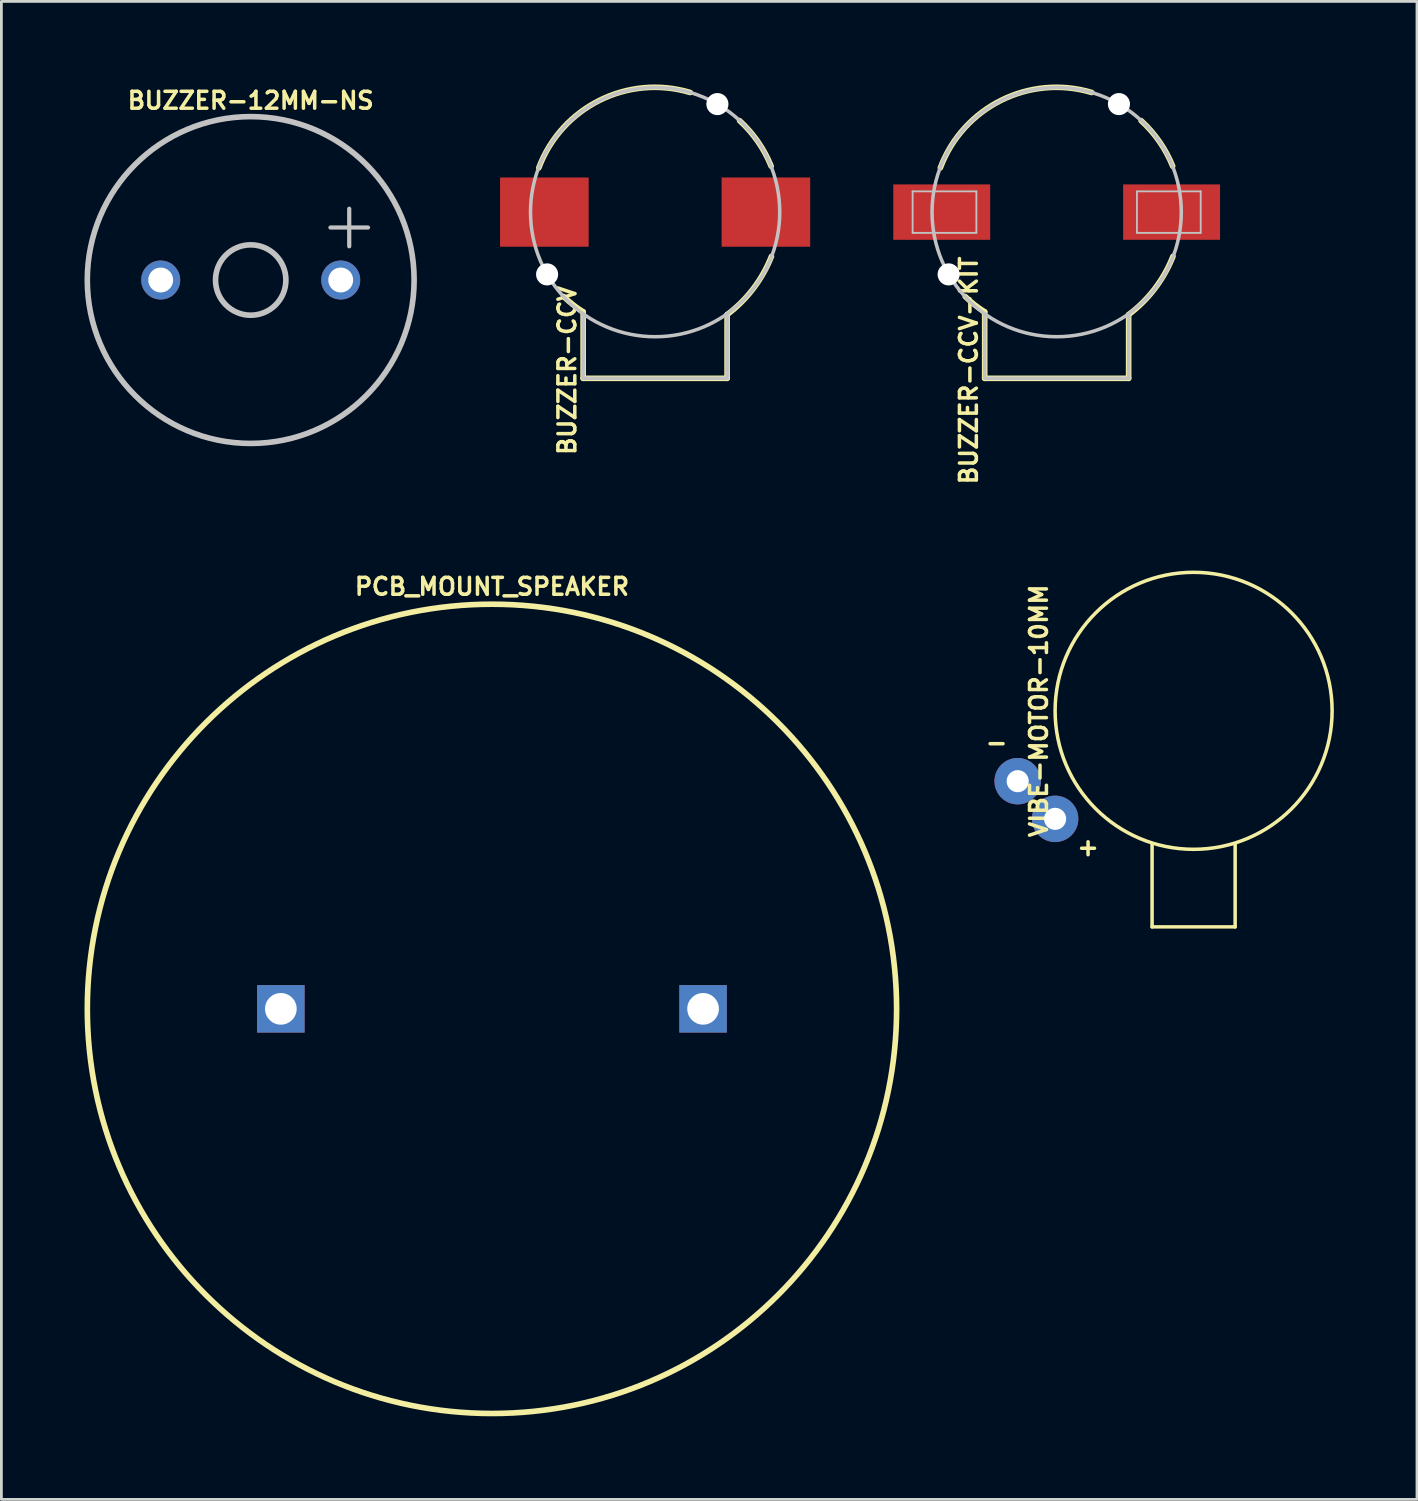
<source format=kicad_pcb>
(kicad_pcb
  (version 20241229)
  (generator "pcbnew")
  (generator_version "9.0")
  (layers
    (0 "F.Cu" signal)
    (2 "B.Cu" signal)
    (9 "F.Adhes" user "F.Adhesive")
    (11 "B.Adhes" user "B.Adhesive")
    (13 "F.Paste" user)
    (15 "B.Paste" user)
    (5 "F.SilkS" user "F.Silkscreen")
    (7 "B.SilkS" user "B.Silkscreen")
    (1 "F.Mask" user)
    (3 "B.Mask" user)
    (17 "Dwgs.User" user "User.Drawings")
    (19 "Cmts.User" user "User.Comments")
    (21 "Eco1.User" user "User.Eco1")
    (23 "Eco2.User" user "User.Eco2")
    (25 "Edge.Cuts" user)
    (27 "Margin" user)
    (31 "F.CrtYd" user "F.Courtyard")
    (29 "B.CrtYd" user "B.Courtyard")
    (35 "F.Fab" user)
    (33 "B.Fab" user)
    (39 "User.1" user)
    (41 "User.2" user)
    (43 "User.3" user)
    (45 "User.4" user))
  (footprint "BUZZER-CCV"
    (layer "F.Cu")
    (at 20.596 4.606)
    (property "Reference" "BUZZER-CCV" (at -3.175 5.715 270) (layer "F.SilkS") (effects (font (size 0.61 0.61) (thickness 0.127))))
    (attr smd)
    (fp_line (start -2.598 5.999) (end -2.598 3.599) (stroke (width 0.203) (type solid)) (layer "F.SilkS"))
    (fp_line (start -2.598 5.999) (end 2.598 5.999) (stroke (width 0.203) (type solid)) (layer "F.SilkS"))
    (fp_line (start 2.598 5.999) (end 2.598 3.698) (stroke (width 0.203) (type solid)) (layer "F.SilkS"))
    (fp_arc (start -4.19862 -1.59766) (mid -2.002832 -4.035588) (end 1.265977 -4.3182) (stroke (width 0.2032) (type solid)) (layer "F.SilkS"))
    (fp_arc (start -2.59842 3.59918) (mid -2.964698 3.343253) (end -3.299908 3.047799) (stroke (width 0.2032) (type solid)) (layer "F.SilkS"))
    (fp_arc (start 3.048 -3.302) (mid 3.709998 -2.543969) (end 4.187605 -1.658111) (stroke (width 0.2032) (type solid)) (layer "F.SilkS"))
    (fp_arc (start 4.19862 1.59766) (mid 3.545549 2.758251) (end 2.601146 3.697174) (stroke (width 0.2032) (type solid)) (layer "F.SilkS"))
    (fp_line (start -2.598 5.999) (end -2.598 3.698) (stroke (width 0.127) (type solid)) (layer "Dwgs.User"))
    (fp_line (start 2.598 5.999) (end -2.598 5.999) (stroke (width 0.127) (type solid)) (layer "Dwgs.User"))
    (fp_line (start 2.598 5.999) (end 2.598 3.698) (stroke (width 0.127) (type solid)) (layer "Dwgs.User"))
    (fp_circle (center 0 0) (end 0 -4.498) (stroke (width 0.127) (type solid)) (fill no) (layer "Dwgs.User"))
    (pad "" np_thru_hole circle (at -3.899 2.248) (size 0.798 0.798) (drill 0.798) (layers "*.Cu" "*.Mask"))
    (pad "" np_thru_hole circle (at 2.248 -3.899) (size 0.798 0.798) (drill 0.798) (layers "*.Cu" "*.Mask"))
    (pad "+" smd rect (at 3.998 0) (size 3.198 2.499) (layers "F.Cu" "F.Mask" "F.Paste"))
    (pad "-" smd rect (at -3.998 0) (size 3.198 2.499) (layers "F.Cu" "F.Mask" "F.Paste")))
  (footprint "PCB_MOUNT_SPEAKER"
    (layer "F.Cu")
    (at 14.707 33.363)
    (property "Reference" "PCB_MOUNT_SPEAKER" (at 0 -15.24 0) (layer "F.SilkS") (effects (font (size 0.61 0.61) (thickness 0.127))))
    (attr exclude_from_pos_files exclude_from_bom)
    (fp_circle (center 0 0) (end 0 -14.605) (stroke (width 0.203) (type solid)) (fill no) (layer "F.SilkS"))
    (pad "+" thru_hole rect (at -7.62 0) (size 1.714 1.714) (drill 1.143) (layers "*.Cu" "*.Mask"))
    (pad "-" thru_hole rect (at 7.62 0) (size 1.714 1.714) (drill 1.143) (layers "*.Cu" "*.Mask")))
  (footprint "BUZZER-12MM-NS"
    (layer "F.Cu")
    (at 5.999 7.057)
    (property "Reference" "BUZZER-12MM-NS" (at 0 -6.477 0) (layer "F.SilkS") (effects (font (size 0.61 0.61) (thickness 0.127))))
    (attr exclude_from_pos_files exclude_from_bom)
    (fp_circle (center 0 0) (end 0 -5.898) (stroke (width 0.203) (type solid)) (fill no) (layer "Dwgs.User"))
    (fp_circle (center 0 0) (end 0 -1.27) (stroke (width 0.203) (type solid)) (fill no) (layer "Dwgs.User"))
    (fp_text user "+" (at 3.556 -2.032 0) (layer "Dwgs.User") (effects (font (size 1.778 1.778) (thickness 0.152))))
    (pad "+" thru_hole circle (at 3.249 0) (size 1.407 1.407) (drill 0.899) (layers "*.Cu" "*.Mask"))
    (pad "-" thru_hole circle (at -3.249 0) (size 1.407 1.407) (drill 0.899) (layers "*.Cu" "*.Mask")))
  (footprint "VIBE-MOTOR-10MM"
    (layer "F.Cu")
    (at 40.032 22.606)
    (property "Reference" "VIBE-MOTOR-10MM" (at -5.588 0 90) (layer "F.SilkS") (effects (font (size 0.61 0.61) (thickness 0.127))))
    (attr exclude_from_pos_files exclude_from_bom)
    (fp_line (start -1.499 4.798) (end -1.499 7.798) (stroke (width 0.127) (type solid)) (layer "F.SilkS"))
    (fp_line (start -1.499 7.798) (end 1.499 7.798) (stroke (width 0.127) (type solid)) (layer "F.SilkS"))
    (fp_line (start 1.499 7.798) (end 1.499 4.798) (stroke (width 0.127) (type solid)) (layer "F.SilkS"))
    (fp_circle (center 0 0) (end 0 -4.999) (stroke (width 0.127) (type solid)) (fill no) (layer "F.SilkS"))
    (fp_text user "-" (at -7.112 1.143 0) (layer "F.SilkS") (effects (font (size 0.61 0.61) (thickness 0.127))))
    (fp_text user "+" (at -3.81 4.917 0) (layer "F.SilkS") (effects (font (size 0.61 0.61) (thickness 0.127))))
    (pad "+" thru_hole circle (at -4.999 3.899) (size 1.676 1.676) (drill 0.798) (layers "*.Cu" "*.Mask"))
    (pad "-" thru_hole circle (at -6.35 2.54) (size 1.676 1.676) (drill 0.798) (layers "*.Cu" "*.Mask")))
  (footprint "BUZZER-CCV-KIT"
    (layer "F.Cu")
    (at 35.089 4.606)
    (property "Reference" "BUZZER-CCV-KIT" (at -3.175 5.715 270) (layer "F.SilkS") (effects (font (size 0.61 0.61) (thickness 0.127))))
    (attr smd)
    (fp_line (start -2.598 5.999) (end -2.598 3.599) (stroke (width 0.203) (type solid)) (layer "F.SilkS"))
    (fp_line (start -2.598 5.999) (end 2.598 5.999) (stroke (width 0.203) (type solid)) (layer "F.SilkS"))
    (fp_line (start 2.598 5.999) (end 2.598 3.698) (stroke (width 0.203) (type solid)) (layer "F.SilkS"))
    (fp_arc (start -4.19862 -1.59766) (mid -2.002832 -4.035588) (end 1.265977 -4.3182) (stroke (width 0.2032) (type solid)) (layer "F.SilkS"))
    (fp_arc (start -2.59842 3.59918) (mid -2.964698 3.343253) (end -3.299908 3.047799) (stroke (width 0.2032) (type solid)) (layer "F.SilkS"))
    (fp_arc (start 3.048 -3.302) (mid 3.709998 -2.543969) (end 4.187605 -1.658111) (stroke (width 0.2032) (type solid)) (layer "F.SilkS"))
    (fp_arc (start 4.19862 1.59766) (mid 3.545549 2.758251) (end 2.601146 3.697174) (stroke (width 0.2032) (type solid)) (layer "F.SilkS"))
    (fp_line (start -5.199 -0.749) (end -2.898 -0.749) (stroke (width 0.066) (type solid)) (layer "Dwgs.User"))
    (fp_line (start -5.199 0.749) (end -5.199 -0.749) (stroke (width 0.066) (type solid)) (layer "Dwgs.User"))
    (fp_line (start -5.199 0.749) (end -2.898 0.749) (stroke (width 0.066) (type solid)) (layer "Dwgs.User"))
    (fp_line (start -2.898 0.749) (end -2.898 -0.749) (stroke (width 0.066) (type solid)) (layer "Dwgs.User"))
    (fp_line (start -2.598 5.999) (end -2.598 3.698) (stroke (width 0.127) (type solid)) (layer "Dwgs.User"))
    (fp_line (start 2.598 5.999) (end -2.598 5.999) (stroke (width 0.127) (type solid)) (layer "Dwgs.User"))
    (fp_line (start 2.598 5.999) (end 2.598 3.698) (stroke (width 0.127) (type solid)) (layer "Dwgs.User"))
    (fp_line (start 2.898 -0.749) (end 5.199 -0.749) (stroke (width 0.066) (type solid)) (layer "Dwgs.User"))
    (fp_line (start 2.898 0.749) (end 2.898 -0.749) (stroke (width 0.066) (type solid)) (layer "Dwgs.User"))
    (fp_line (start 2.898 0.749) (end 5.199 0.749) (stroke (width 0.066) (type solid)) (layer "Dwgs.User"))
    (fp_line (start 5.199 0.749) (end 5.199 -0.749) (stroke (width 0.066) (type solid)) (layer "Dwgs.User"))
    (fp_circle (center 0 0) (end 0 -4.498) (stroke (width 0.127) (type solid)) (fill no) (layer "Dwgs.User"))
    (pad "" np_thru_hole circle (at -3.899 2.248) (size 0.798 0.798) (drill 0.798) (layers "*.Cu" "*.Mask"))
    (pad "" np_thru_hole circle (at 2.248 -3.899) (size 0.798 0.798) (drill 0.798) (layers "*.Cu" "*.Mask"))
    (pad "+" smd rect (at 4.148 0) (size 3.498 1.999) (layers "F.Cu" "F.Mask" "F.Paste"))
    (pad "-" smd rect (at -4.148 0) (size 3.498 1.999) (layers "F.Cu" "F.Mask" "F.Paste")))
  (gr_rect
    (start -3 -3)
    (end 48.094 51.069)
    (stroke (width 0.1) (type default))
    (fill no)
    (layer "Edge.Cuts")))
</source>
